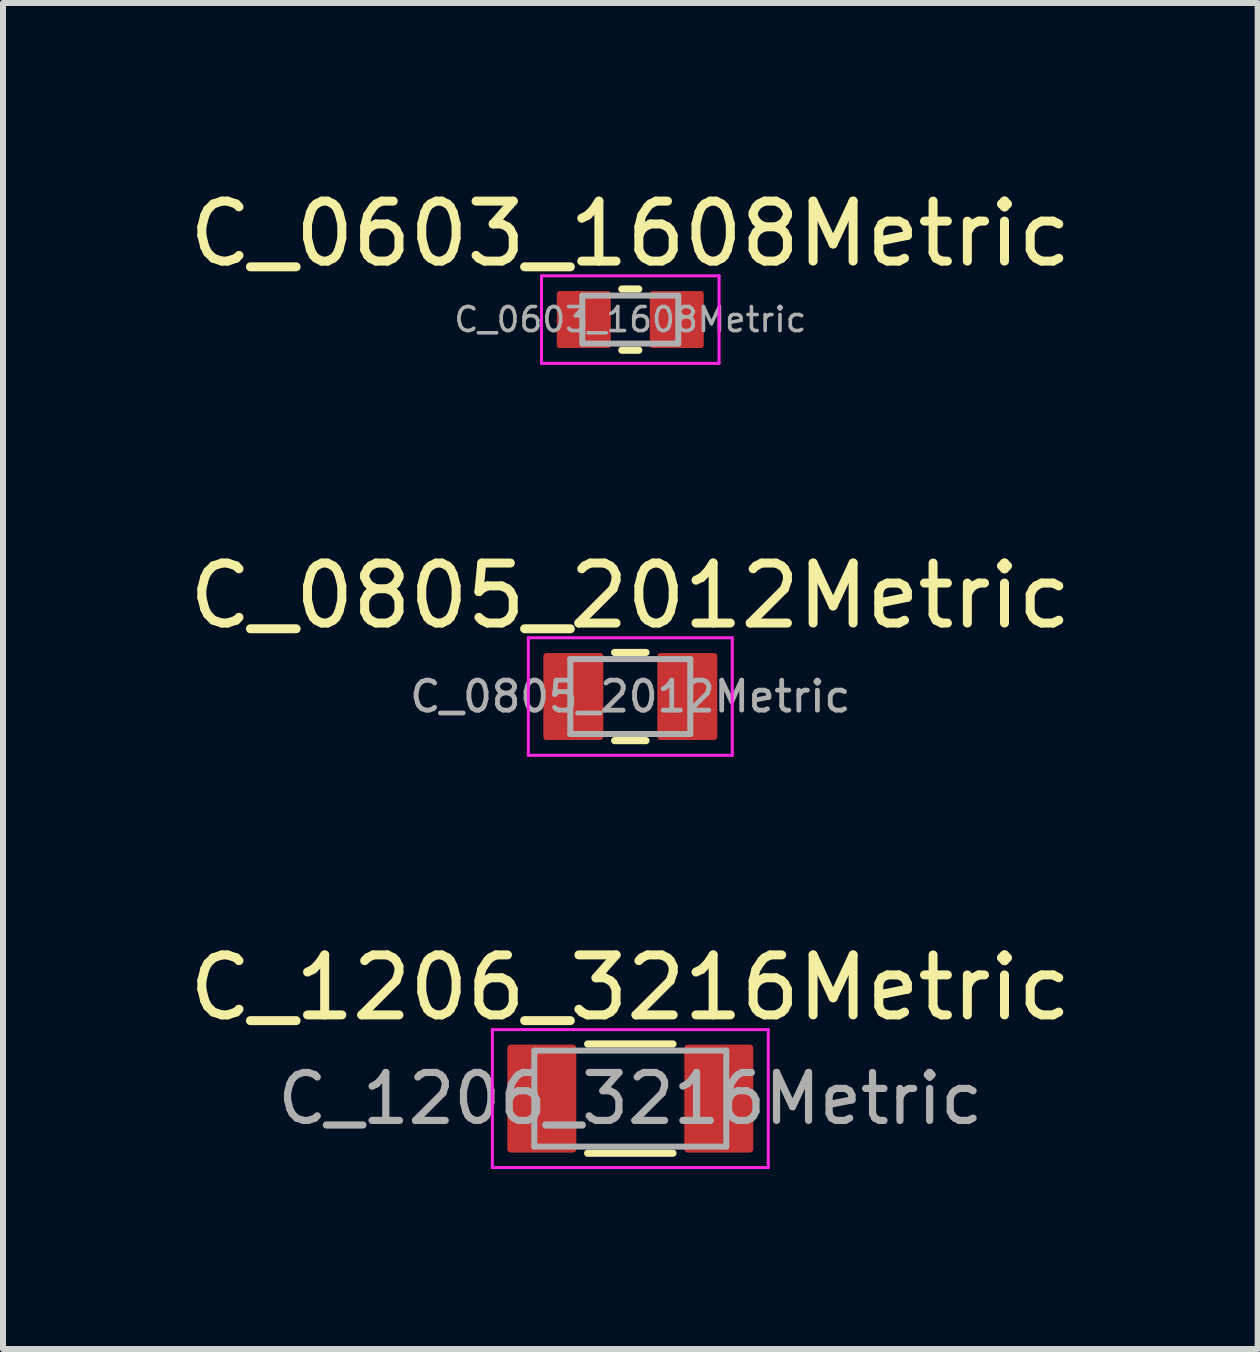
<source format=kicad_pcb>
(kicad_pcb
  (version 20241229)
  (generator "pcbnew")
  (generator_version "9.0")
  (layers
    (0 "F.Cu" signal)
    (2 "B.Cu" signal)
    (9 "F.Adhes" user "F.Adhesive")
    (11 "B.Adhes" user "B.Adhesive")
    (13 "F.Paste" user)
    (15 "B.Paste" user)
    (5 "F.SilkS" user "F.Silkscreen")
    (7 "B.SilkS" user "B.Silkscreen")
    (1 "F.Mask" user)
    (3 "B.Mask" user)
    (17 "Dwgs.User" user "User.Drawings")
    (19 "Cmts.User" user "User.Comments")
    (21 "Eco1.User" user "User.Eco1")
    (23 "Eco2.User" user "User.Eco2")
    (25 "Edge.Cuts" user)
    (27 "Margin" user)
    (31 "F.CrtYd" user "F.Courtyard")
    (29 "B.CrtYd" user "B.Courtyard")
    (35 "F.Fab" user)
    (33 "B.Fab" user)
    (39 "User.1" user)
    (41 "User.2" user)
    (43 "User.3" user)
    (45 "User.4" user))
  (footprint "C_1206_3216Metric"
    (layer "F.Cu")
    (at 7.458 15.265)
    (property "Reference" "C_1206_3216Metric" (at 0 -1.85 0) (layer "F.SilkS") (effects (font (size 1 1) (thickness 0.15))))
    (attr smd)
    (fp_line (start -0.711 -0.91) (end 0.711 -0.91) (stroke (width 0.12) (type solid)) (layer "F.SilkS"))
    (fp_line (start -0.711 0.91) (end 0.711 0.91) (stroke (width 0.12) (type solid)) (layer "F.SilkS"))
    (fp_line (start -2.3 -1.15) (end 2.3 -1.15) (stroke (width 0.05) (type solid)) (layer "F.CrtYd"))
    (fp_line (start -2.3 1.15) (end -2.3 -1.15) (stroke (width 0.05) (type solid)) (layer "F.CrtYd"))
    (fp_line (start 2.3 -1.15) (end 2.3 1.15) (stroke (width 0.05) (type solid)) (layer "F.CrtYd"))
    (fp_line (start 2.3 1.15) (end -2.3 1.15) (stroke (width 0.05) (type solid)) (layer "F.CrtYd"))
    (fp_line (start -1.6 -0.8) (end 1.6 -0.8) (stroke (width 0.1) (type solid)) (layer "F.Fab"))
    (fp_line (start -1.6 0.8) (end -1.6 -0.8) (stroke (width 0.1) (type solid)) (layer "F.Fab"))
    (fp_line (start 1.6 -0.8) (end 1.6 0.8) (stroke (width 0.1) (type solid)) (layer "F.Fab"))
    (fp_line (start 1.6 0.8) (end -1.6 0.8) (stroke (width 0.1) (type solid)) (layer "F.Fab"))
    (fp_text user "${REFERENCE}" (at 0 0 0) (layer "F.Fab") (effects (font (size 0.8 0.8) (thickness 0.12))))
    (pad "1" smd roundrect (at -1.475 0) (size 1.15 1.8) (layers "F.Cu" "F.Mask" "F.Paste") (roundrect_rratio 0.05))
    (pad "2" smd roundrect (at 1.475 0) (size 1.15 1.8) (layers "F.Cu" "F.Mask" "F.Paste") (roundrect_rratio 0.05)))
  (footprint "C_0805_2012Metric"
    (layer "F.Cu")
    (at 7.458 8.562)
    (property "Reference" "C_0805_2012Metric" (at 0 -1.68 0) (layer "F.SilkS") (effects (font (size 1 1) (thickness 0.15))))
    (attr smd)
    (fp_line (start -0.261 -0.735) (end 0.261 -0.735) (stroke (width 0.12) (type solid)) (layer "F.SilkS"))
    (fp_line (start -0.261 0.735) (end 0.261 0.735) (stroke (width 0.12) (type solid)) (layer "F.SilkS"))
    (fp_line (start -1.7 -0.98) (end 1.7 -0.98) (stroke (width 0.05) (type solid)) (layer "F.CrtYd"))
    (fp_line (start -1.7 0.98) (end -1.7 -0.98) (stroke (width 0.05) (type solid)) (layer "F.CrtYd"))
    (fp_line (start 1.7 -0.98) (end 1.7 0.98) (stroke (width 0.05) (type solid)) (layer "F.CrtYd"))
    (fp_line (start 1.7 0.98) (end -1.7 0.98) (stroke (width 0.05) (type solid)) (layer "F.CrtYd"))
    (fp_line (start -1 -0.625) (end 1 -0.625) (stroke (width 0.1) (type solid)) (layer "F.Fab"))
    (fp_line (start -1 0.625) (end -1 -0.625) (stroke (width 0.1) (type solid)) (layer "F.Fab"))
    (fp_line (start 1 -0.625) (end 1 0.625) (stroke (width 0.1) (type solid)) (layer "F.Fab"))
    (fp_line (start 1 0.625) (end -1 0.625) (stroke (width 0.1) (type solid)) (layer "F.Fab"))
    (fp_text user "${REFERENCE}" (at 0 0 0) (layer "F.Fab") (effects (font (size 0.5 0.5) (thickness 0.08))))
    (pad "1" smd roundrect (at -0.95 0) (size 1 1.45) (layers "F.Cu" "F.Mask" "F.Paste") (roundrect_rratio 0.05))
    (pad "2" smd roundrect (at 0.95 0) (size 1 1.45) (layers "F.Cu" "F.Mask" "F.Paste") (roundrect_rratio 0.05)))
  (footprint "C_0603_1608Metric"
    (layer "F.Cu")
    (at 7.458 2.278)
    (property "Reference" "C_0603_1608Metric" (at 0 -1.43 0) (layer "F.SilkS") (effects (font (size 1 1) (thickness 0.15))))
    (attr smd)
    (fp_line (start -0.141 -0.51) (end 0.141 -0.51) (stroke (width 0.12) (type solid)) (layer "F.SilkS"))
    (fp_line (start -0.141 0.51) (end 0.141 0.51) (stroke (width 0.12) (type solid)) (layer "F.SilkS"))
    (fp_line (start -1.48 -0.73) (end 1.48 -0.73) (stroke (width 0.05) (type solid)) (layer "F.CrtYd"))
    (fp_line (start -1.48 0.73) (end -1.48 -0.73) (stroke (width 0.05) (type solid)) (layer "F.CrtYd"))
    (fp_line (start 1.48 -0.73) (end 1.48 0.73) (stroke (width 0.05) (type solid)) (layer "F.CrtYd"))
    (fp_line (start 1.48 0.73) (end -1.48 0.73) (stroke (width 0.05) (type solid)) (layer "F.CrtYd"))
    (fp_line (start -0.8 -0.4) (end 0.8 -0.4) (stroke (width 0.1) (type solid)) (layer "F.Fab"))
    (fp_line (start -0.8 0.4) (end -0.8 -0.4) (stroke (width 0.1) (type solid)) (layer "F.Fab"))
    (fp_line (start 0.8 -0.4) (end 0.8 0.4) (stroke (width 0.1) (type solid)) (layer "F.Fab"))
    (fp_line (start 0.8 0.4) (end -0.8 0.4) (stroke (width 0.1) (type solid)) (layer "F.Fab"))
    (fp_text user "${REFERENCE}" (at 0 0 0) (layer "F.Fab") (effects (font (size 0.4 0.4) (thickness 0.06))))
    (pad "1" smd roundrect (at -0.775 0) (size 0.9 0.95) (layers "F.Cu" "F.Mask" "F.Paste") (roundrect_rratio 0.05))
    (pad "2" smd roundrect (at 0.775 0) (size 0.9 0.95) (layers "F.Cu" "F.Mask" "F.Paste") (roundrect_rratio 0.05)))
  (gr_rect
    (start -3 -3)
    (end 17.917 19.44)
    (stroke (width 0.1) (type default))
    (fill no)
    (layer "Edge.Cuts")))
</source>
